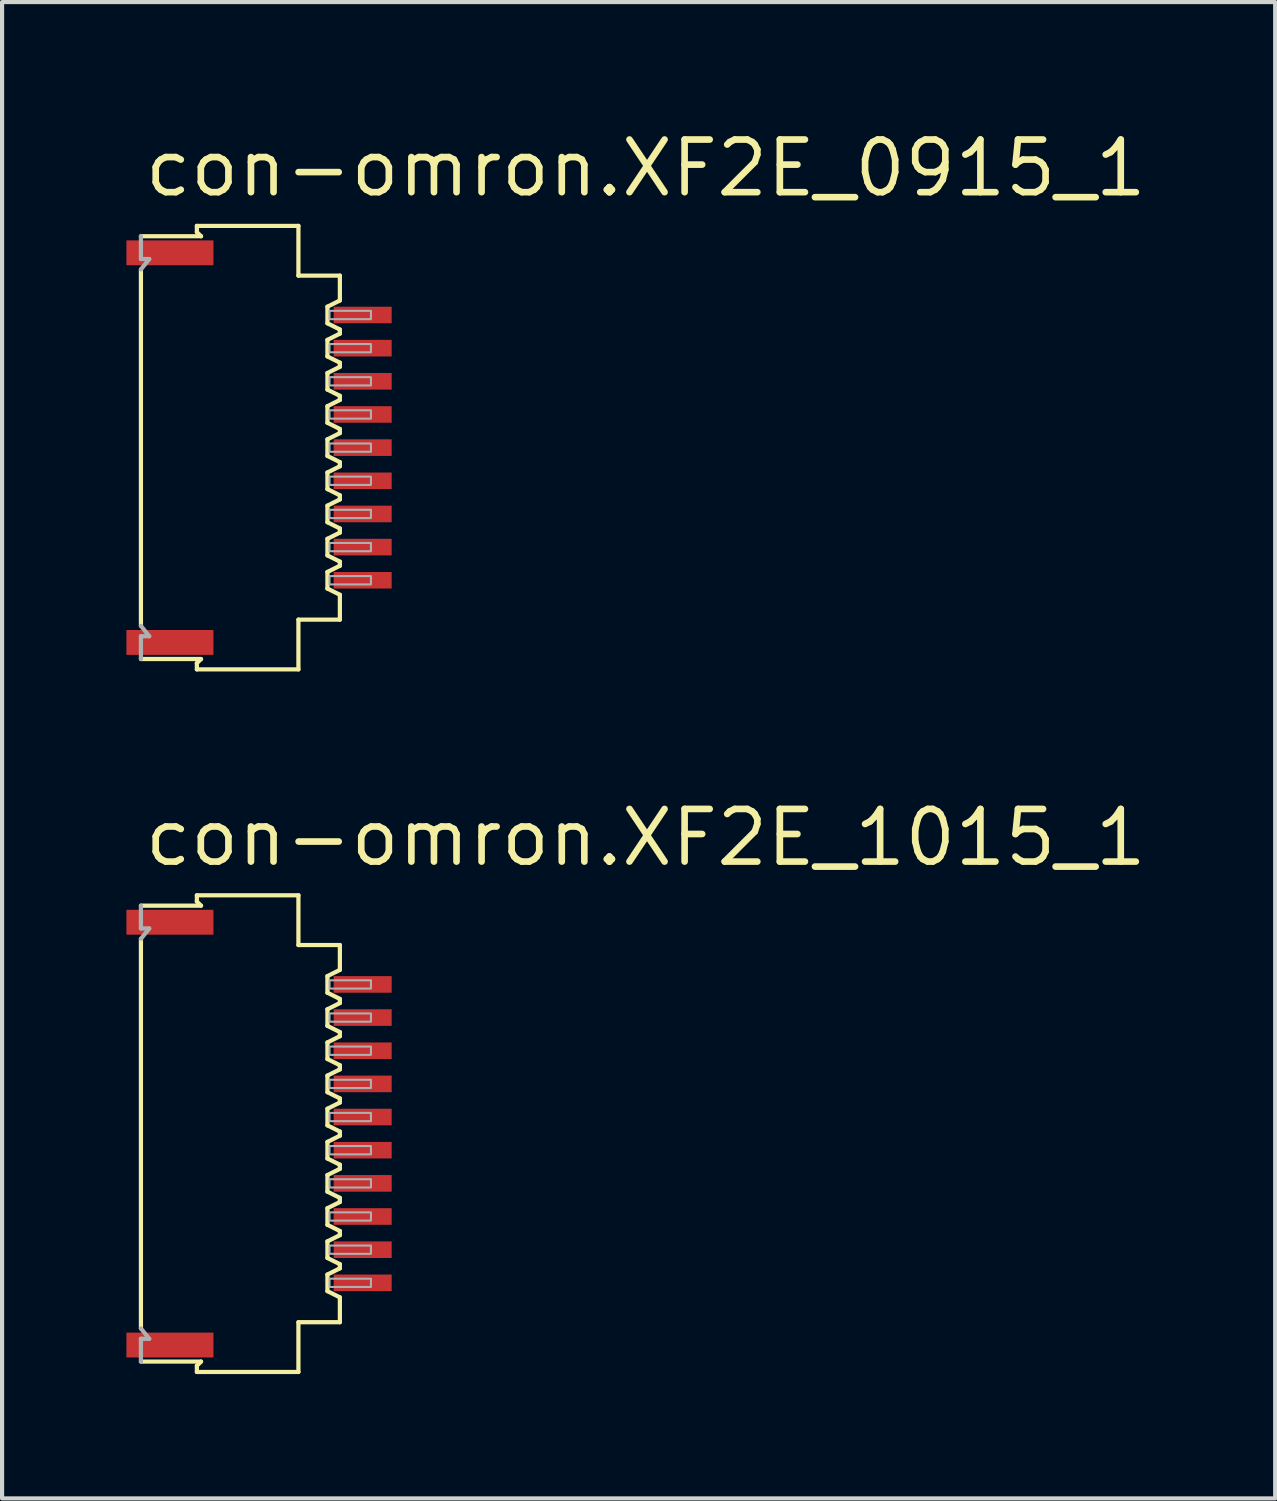
<source format=kicad_pcb>
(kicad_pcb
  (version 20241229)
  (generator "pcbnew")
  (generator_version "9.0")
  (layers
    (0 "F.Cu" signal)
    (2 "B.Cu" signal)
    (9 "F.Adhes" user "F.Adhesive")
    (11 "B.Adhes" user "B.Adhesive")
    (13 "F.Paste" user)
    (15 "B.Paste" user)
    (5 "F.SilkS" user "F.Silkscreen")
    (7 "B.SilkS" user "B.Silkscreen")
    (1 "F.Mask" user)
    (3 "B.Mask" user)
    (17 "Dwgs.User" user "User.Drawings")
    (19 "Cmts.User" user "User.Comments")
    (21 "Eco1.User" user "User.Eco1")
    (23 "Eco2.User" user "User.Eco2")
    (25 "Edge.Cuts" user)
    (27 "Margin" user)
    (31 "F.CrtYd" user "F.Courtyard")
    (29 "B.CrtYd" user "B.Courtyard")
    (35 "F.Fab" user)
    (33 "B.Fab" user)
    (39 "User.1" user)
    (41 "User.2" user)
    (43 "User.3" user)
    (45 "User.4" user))
  (footprint "con-omron.XF2E_0915_1"
    (layer "F.Cu")
    (at 3.16 7.75)
    (property "Reference" "con-omron.XF2E_0915_1" (at -2.8 -6 0) (layer "F.SilkS") (effects (font (size 1.27 1.27) (thickness 0.16)) (justify left bottom)))
    (attr smd)
    (fp_line (start -2.81 -4.3) (end -2.81 4.3) (stroke (width 0.102) (type default)) (layer "F.SilkS"))
    (fp_line (start -1.46 -5.35) (end -1.46 -5.2) (stroke (width 0.102) (type default)) (layer "F.SilkS"))
    (fp_line (start -1.46 -5.2) (end -1.36 -5.1) (stroke (width 0.102) (type default)) (layer "F.SilkS"))
    (fp_line (start -1.46 5.2) (end -1.46 5.35) (stroke (width 0.102) (type default)) (layer "F.SilkS"))
    (fp_line (start -1.36 -5.1) (end -2.81 -5.1) (stroke (width 0.102) (type default)) (layer "F.SilkS"))
    (fp_line (start -1.36 5.1) (end -2.81 5.1) (stroke (width 0.102) (type default)) (layer "F.SilkS"))
    (fp_line (start -1.36 5.1) (end -1.46 5.2) (stroke (width 0.102) (type default)) (layer "F.SilkS"))
    (fp_line (start 0.99 -5.35) (end -1.46 -5.35) (stroke (width 0.102) (type default)) (layer "F.SilkS"))
    (fp_line (start 0.99 -4.15) (end 0.99 -5.35) (stroke (width 0.102) (type default)) (layer "F.SilkS"))
    (fp_line (start 0.99 4.15) (end 1.99 4.15) (stroke (width 0.102) (type default)) (layer "F.SilkS"))
    (fp_line (start 0.99 5.35) (end -1.46 5.35) (stroke (width 0.102) (type default)) (layer "F.SilkS"))
    (fp_line (start 0.99 5.35) (end 0.99 4.15) (stroke (width 0.102) (type default)) (layer "F.SilkS"))
    (fp_line (start 1.69 -3.4) (end 1.99 -3.55) (stroke (width 0.102) (type default)) (layer "F.SilkS"))
    (fp_line (start 1.69 -3) (end 1.69 -3.4) (stroke (width 0.102) (type default)) (layer "F.SilkS"))
    (fp_line (start 1.69 -2.6) (end 1.69 -2.2) (stroke (width 0.102) (type default)) (layer "F.SilkS"))
    (fp_line (start 1.69 -2.2) (end 1.99 -2.05) (stroke (width 0.102) (type default)) (layer "F.SilkS"))
    (fp_line (start 1.69 -1.4) (end 1.69 -1.8) (stroke (width 0.102) (type default)) (layer "F.SilkS"))
    (fp_line (start 1.69 -1) (end 1.69 -0.6) (stroke (width 0.102) (type default)) (layer "F.SilkS"))
    (fp_line (start 1.69 -0.6) (end 1.99 -0.45) (stroke (width 0.102) (type default)) (layer "F.SilkS"))
    (fp_line (start 1.69 0.2) (end 1.69 -0.2) (stroke (width 0.102) (type default)) (layer "F.SilkS"))
    (fp_line (start 1.69 0.6) (end 1.69 1) (stroke (width 0.102) (type default)) (layer "F.SilkS"))
    (fp_line (start 1.69 1) (end 1.99 1.15) (stroke (width 0.102) (type default)) (layer "F.SilkS"))
    (fp_line (start 1.69 1.8) (end 1.69 1.4) (stroke (width 0.102) (type default)) (layer "F.SilkS"))
    (fp_line (start 1.69 2.2) (end 1.69 2.6) (stroke (width 0.102) (type default)) (layer "F.SilkS"))
    (fp_line (start 1.69 2.6) (end 1.99 2.75) (stroke (width 0.102) (type default)) (layer "F.SilkS"))
    (fp_line (start 1.69 3.4) (end 1.69 3) (stroke (width 0.102) (type default)) (layer "F.SilkS"))
    (fp_line (start 1.69 3.4) (end 1.99 3.55) (stroke (width 0.102) (type default)) (layer "F.SilkS"))
    (fp_line (start 1.99 -4.15) (end 0.99 -4.15) (stroke (width 0.102) (type default)) (layer "F.SilkS"))
    (fp_line (start 1.99 -3.55) (end 1.99 -4.15) (stroke (width 0.102) (type default)) (layer "F.SilkS"))
    (fp_line (start 1.99 -2.85) (end 1.69 -3) (stroke (width 0.102) (type default)) (layer "F.SilkS"))
    (fp_line (start 1.99 -2.85) (end 1.99 -2.75) (stroke (width 0.102) (type default)) (layer "F.SilkS"))
    (fp_line (start 1.99 -2.75) (end 1.69 -2.6) (stroke (width 0.102) (type default)) (layer "F.SilkS"))
    (fp_line (start 1.99 -2.05) (end 1.99 -1.95) (stroke (width 0.102) (type default)) (layer "F.SilkS"))
    (fp_line (start 1.99 -1.95) (end 1.69 -1.8) (stroke (width 0.102) (type default)) (layer "F.SilkS"))
    (fp_line (start 1.99 -1.25) (end 1.69 -1.4) (stroke (width 0.102) (type default)) (layer "F.SilkS"))
    (fp_line (start 1.99 -1.25) (end 1.99 -1.15) (stroke (width 0.102) (type default)) (layer "F.SilkS"))
    (fp_line (start 1.99 -1.15) (end 1.69 -1) (stroke (width 0.102) (type default)) (layer "F.SilkS"))
    (fp_line (start 1.99 -0.45) (end 1.99 -0.35) (stroke (width 0.102) (type default)) (layer "F.SilkS"))
    (fp_line (start 1.99 -0.35) (end 1.69 -0.2) (stroke (width 0.102) (type default)) (layer "F.SilkS"))
    (fp_line (start 1.99 0.35) (end 1.69 0.2) (stroke (width 0.102) (type default)) (layer "F.SilkS"))
    (fp_line (start 1.99 0.35) (end 1.99 0.45) (stroke (width 0.102) (type default)) (layer "F.SilkS"))
    (fp_line (start 1.99 0.45) (end 1.69 0.6) (stroke (width 0.102) (type default)) (layer "F.SilkS"))
    (fp_line (start 1.99 1.15) (end 1.99 1.25) (stroke (width 0.102) (type default)) (layer "F.SilkS"))
    (fp_line (start 1.99 1.25) (end 1.69 1.4) (stroke (width 0.102) (type default)) (layer "F.SilkS"))
    (fp_line (start 1.99 1.95) (end 1.69 1.8) (stroke (width 0.102) (type default)) (layer "F.SilkS"))
    (fp_line (start 1.99 1.95) (end 1.99 2.05) (stroke (width 0.102) (type default)) (layer "F.SilkS"))
    (fp_line (start 1.99 2.05) (end 1.69 2.2) (stroke (width 0.102) (type default)) (layer "F.SilkS"))
    (fp_line (start 1.99 2.75) (end 1.99 2.85) (stroke (width 0.102) (type default)) (layer "F.SilkS"))
    (fp_line (start 1.99 2.85) (end 1.69 3) (stroke (width 0.102) (type default)) (layer "F.SilkS"))
    (fp_line (start 1.99 4.15) (end 1.99 3.55) (stroke (width 0.102) (type default)) (layer "F.SilkS"))
    (fp_line (start -2.81 -5.1) (end -2.81 -4.55) (stroke (width 0.102) (type default)) (layer "F.Fab"))
    (fp_line (start -2.81 -4.55) (end -2.61 -4.55) (stroke (width 0.102) (type default)) (layer "F.Fab"))
    (fp_line (start -2.81 4.3) (end -2.61 4.55) (stroke (width 0.102) (type default)) (layer "F.Fab"))
    (fp_line (start -2.81 4.55) (end -2.81 5.1) (stroke (width 0.102) (type default)) (layer "F.Fab"))
    (fp_line (start -2.81 4.55) (end -2.61 4.55) (stroke (width 0.102) (type default)) (layer "F.Fab"))
    (fp_line (start -2.61 -4.55) (end -2.81 -4.3) (stroke (width 0.102) (type default)) (layer "F.Fab"))
    (fp_rect (start 1.74 -3.1) (end 2.74 -3.3) (stroke (width 0.05) (type default)) (fill no) (layer "F.Fab"))
    (fp_rect (start 1.74 -2.3) (end 2.74 -2.5) (stroke (width 0.05) (type default)) (fill no) (layer "F.Fab"))
    (fp_rect (start 1.74 -1.5) (end 2.74 -1.7) (stroke (width 0.05) (type default)) (fill no) (layer "F.Fab"))
    (fp_rect (start 1.74 -0.7) (end 2.74 -0.9) (stroke (width 0.05) (type default)) (fill no) (layer "F.Fab"))
    (fp_rect (start 1.74 0.1) (end 2.74 -0.1) (stroke (width 0.05) (type default)) (fill no) (layer "F.Fab"))
    (fp_rect (start 1.74 0.9) (end 2.74 0.7) (stroke (width 0.05) (type default)) (fill no) (layer "F.Fab"))
    (fp_rect (start 1.74 1.7) (end 2.74 1.5) (stroke (width 0.05) (type default)) (fill no) (layer "F.Fab"))
    (fp_rect (start 1.74 2.5) (end 2.74 2.3) (stroke (width 0.05) (type default)) (fill no) (layer "F.Fab"))
    (fp_rect (start 1.74 3.3) (end 2.74 3.1) (stroke (width 0.05) (type default)) (fill no) (layer "F.Fab"))
    (pad "1" smd roundrect (at 2.54 -3.2) (size 1.4 0.4) (layers "F.Cu" "F.Mask" "F.Paste") (roundrect_rratio 0.01))
    (pad "2" smd roundrect (at 2.54 -2.4) (size 1.4 0.4) (layers "F.Cu" "F.Mask" "F.Paste") (roundrect_rratio 0.01))
    (pad "3" smd roundrect (at 2.54 -1.6) (size 1.4 0.4) (layers "F.Cu" "F.Mask" "F.Paste") (roundrect_rratio 0.01))
    (pad "4" smd roundrect (at 2.54 -0.8) (size 1.4 0.4) (layers "F.Cu" "F.Mask" "F.Paste") (roundrect_rratio 0.01))
    (pad "5" smd roundrect (at 2.54 0) (size 1.4 0.4) (layers "F.Cu" "F.Mask" "F.Paste") (roundrect_rratio 0.01))
    (pad "6" smd roundrect (at 2.54 0.8) (size 1.4 0.4) (layers "F.Cu" "F.Mask" "F.Paste") (roundrect_rratio 0.01))
    (pad "7" smd roundrect (at 2.54 1.6) (size 1.4 0.4) (layers "F.Cu" "F.Mask" "F.Paste") (roundrect_rratio 0.01))
    (pad "8" smd roundrect (at 2.54 2.4) (size 1.4 0.4) (layers "F.Cu" "F.Mask" "F.Paste") (roundrect_rratio 0.01))
    (pad "9" smd roundrect (at 2.54 3.2) (size 1.4 0.4) (layers "F.Cu" "F.Mask" "F.Paste") (roundrect_rratio 0.01))
    (pad "M1" smd roundrect (at -2.11 -4.7) (size 2.1 0.6) (layers "F.Cu" "F.Mask" "F.Paste") (roundrect_rratio 0.01))
    (pad "M2" smd roundrect (at -2.11 4.7) (size 2.1 0.6) (layers "F.Cu" "F.Mask" "F.Paste") (roundrect_rratio 0.01)))
  (footprint "con-omron.XF2E_1015_1"
    (layer "F.Cu")
    (at 3.16 24.301)
    (property "Reference" "con-omron.XF2E_1015_1" (at -2.8 -6.4 0) (layer "F.SilkS") (effects (font (size 1.27 1.27) (thickness 0.16)) (justify left bottom)))
    (attr smd)
    (fp_line (start -2.81 -4.7) (end -2.81 4.7) (stroke (width 0.102) (type default)) (layer "F.SilkS"))
    (fp_line (start -1.46 -5.75) (end -1.46 -5.6) (stroke (width 0.102) (type default)) (layer "F.SilkS"))
    (fp_line (start -1.46 -5.6) (end -1.36 -5.5) (stroke (width 0.102) (type default)) (layer "F.SilkS"))
    (fp_line (start -1.46 5.6) (end -1.46 5.75) (stroke (width 0.102) (type default)) (layer "F.SilkS"))
    (fp_line (start -1.36 -5.5) (end -2.81 -5.5) (stroke (width 0.102) (type default)) (layer "F.SilkS"))
    (fp_line (start -1.36 5.5) (end -2.81 5.5) (stroke (width 0.102) (type default)) (layer "F.SilkS"))
    (fp_line (start -1.36 5.5) (end -1.46 5.6) (stroke (width 0.102) (type default)) (layer "F.SilkS"))
    (fp_line (start 0.99 -5.75) (end -1.46 -5.75) (stroke (width 0.102) (type default)) (layer "F.SilkS"))
    (fp_line (start 0.99 -4.55) (end 0.99 -5.75) (stroke (width 0.102) (type default)) (layer "F.SilkS"))
    (fp_line (start 0.99 4.55) (end 1.99 4.55) (stroke (width 0.102) (type default)) (layer "F.SilkS"))
    (fp_line (start 0.99 5.75) (end -1.46 5.75) (stroke (width 0.102) (type default)) (layer "F.SilkS"))
    (fp_line (start 0.99 5.75) (end 0.99 4.55) (stroke (width 0.102) (type default)) (layer "F.SilkS"))
    (fp_line (start 1.69 -3.8) (end 1.99 -3.95) (stroke (width 0.102) (type default)) (layer "F.SilkS"))
    (fp_line (start 1.69 -3.4) (end 1.69 -3.8) (stroke (width 0.102) (type default)) (layer "F.SilkS"))
    (fp_line (start 1.69 -3) (end 1.69 -2.6) (stroke (width 0.102) (type default)) (layer "F.SilkS"))
    (fp_line (start 1.69 -2.6) (end 1.99 -2.45) (stroke (width 0.102) (type default)) (layer "F.SilkS"))
    (fp_line (start 1.69 -1.8) (end 1.69 -2.2) (stroke (width 0.102) (type default)) (layer "F.SilkS"))
    (fp_line (start 1.69 -1.4) (end 1.69 -1) (stroke (width 0.102) (type default)) (layer "F.SilkS"))
    (fp_line (start 1.69 -1) (end 1.99 -0.85) (stroke (width 0.102) (type default)) (layer "F.SilkS"))
    (fp_line (start 1.69 -0.2) (end 1.69 -0.6) (stroke (width 0.102) (type default)) (layer "F.SilkS"))
    (fp_line (start 1.69 0.2) (end 1.69 0.6) (stroke (width 0.102) (type default)) (layer "F.SilkS"))
    (fp_line (start 1.69 0.6) (end 1.99 0.75) (stroke (width 0.102) (type default)) (layer "F.SilkS"))
    (fp_line (start 1.69 1.4) (end 1.69 1) (stroke (width 0.102) (type default)) (layer "F.SilkS"))
    (fp_line (start 1.69 1.8) (end 1.69 2.2) (stroke (width 0.102) (type default)) (layer "F.SilkS"))
    (fp_line (start 1.69 2.2) (end 1.99 2.35) (stroke (width 0.102) (type default)) (layer "F.SilkS"))
    (fp_line (start 1.69 3) (end 1.69 2.6) (stroke (width 0.102) (type default)) (layer "F.SilkS"))
    (fp_line (start 1.69 3.4) (end 1.69 3.8) (stroke (width 0.102) (type default)) (layer "F.SilkS"))
    (fp_line (start 1.69 3.8) (end 1.99 3.95) (stroke (width 0.102) (type default)) (layer "F.SilkS"))
    (fp_line (start 1.99 -4.55) (end 0.99 -4.55) (stroke (width 0.102) (type default)) (layer "F.SilkS"))
    (fp_line (start 1.99 -3.95) (end 1.99 -4.55) (stroke (width 0.102) (type default)) (layer "F.SilkS"))
    (fp_line (start 1.99 -3.25) (end 1.69 -3.4) (stroke (width 0.102) (type default)) (layer "F.SilkS"))
    (fp_line (start 1.99 -3.25) (end 1.99 -3.15) (stroke (width 0.102) (type default)) (layer "F.SilkS"))
    (fp_line (start 1.99 -3.15) (end 1.69 -3) (stroke (width 0.102) (type default)) (layer "F.SilkS"))
    (fp_line (start 1.99 -2.45) (end 1.99 -2.35) (stroke (width 0.102) (type default)) (layer "F.SilkS"))
    (fp_line (start 1.99 -2.35) (end 1.69 -2.2) (stroke (width 0.102) (type default)) (layer "F.SilkS"))
    (fp_line (start 1.99 -1.65) (end 1.69 -1.8) (stroke (width 0.102) (type default)) (layer "F.SilkS"))
    (fp_line (start 1.99 -1.65) (end 1.99 -1.55) (stroke (width 0.102) (type default)) (layer "F.SilkS"))
    (fp_line (start 1.99 -1.55) (end 1.69 -1.4) (stroke (width 0.102) (type default)) (layer "F.SilkS"))
    (fp_line (start 1.99 -0.85) (end 1.99 -0.75) (stroke (width 0.102) (type default)) (layer "F.SilkS"))
    (fp_line (start 1.99 -0.75) (end 1.69 -0.6) (stroke (width 0.102) (type default)) (layer "F.SilkS"))
    (fp_line (start 1.99 -0.05) (end 1.69 -0.2) (stroke (width 0.102) (type default)) (layer "F.SilkS"))
    (fp_line (start 1.99 -0.05) (end 1.99 0.05) (stroke (width 0.102) (type default)) (layer "F.SilkS"))
    (fp_line (start 1.99 0.05) (end 1.69 0.2) (stroke (width 0.102) (type default)) (layer "F.SilkS"))
    (fp_line (start 1.99 0.75) (end 1.99 0.85) (stroke (width 0.102) (type default)) (layer "F.SilkS"))
    (fp_line (start 1.99 0.85) (end 1.69 1) (stroke (width 0.102) (type default)) (layer "F.SilkS"))
    (fp_line (start 1.99 1.55) (end 1.69 1.4) (stroke (width 0.102) (type default)) (layer "F.SilkS"))
    (fp_line (start 1.99 1.55) (end 1.99 1.65) (stroke (width 0.102) (type default)) (layer "F.SilkS"))
    (fp_line (start 1.99 1.65) (end 1.69 1.8) (stroke (width 0.102) (type default)) (layer "F.SilkS"))
    (fp_line (start 1.99 2.35) (end 1.99 2.45) (stroke (width 0.102) (type default)) (layer "F.SilkS"))
    (fp_line (start 1.99 2.45) (end 1.69 2.6) (stroke (width 0.102) (type default)) (layer "F.SilkS"))
    (fp_line (start 1.99 3.15) (end 1.69 3) (stroke (width 0.102) (type default)) (layer "F.SilkS"))
    (fp_line (start 1.99 3.15) (end 1.99 3.25) (stroke (width 0.102) (type default)) (layer "F.SilkS"))
    (fp_line (start 1.99 3.25) (end 1.69 3.4) (stroke (width 0.102) (type default)) (layer "F.SilkS"))
    (fp_line (start 1.99 4.55) (end 1.99 3.95) (stroke (width 0.102) (type default)) (layer "F.SilkS"))
    (fp_line (start -2.81 -5.5) (end -2.81 -4.95) (stroke (width 0.102) (type default)) (layer "F.Fab"))
    (fp_line (start -2.81 -4.95) (end -2.61 -4.95) (stroke (width 0.102) (type default)) (layer "F.Fab"))
    (fp_line (start -2.81 4.7) (end -2.61 4.95) (stroke (width 0.102) (type default)) (layer "F.Fab"))
    (fp_line (start -2.81 4.95) (end -2.81 5.5) (stroke (width 0.102) (type default)) (layer "F.Fab"))
    (fp_line (start -2.81 4.95) (end -2.61 4.95) (stroke (width 0.102) (type default)) (layer "F.Fab"))
    (fp_line (start -2.61 -4.95) (end -2.81 -4.7) (stroke (width 0.102) (type default)) (layer "F.Fab"))
    (fp_rect (start 1.74 -3.5) (end 2.74 -3.7) (stroke (width 0.05) (type default)) (fill no) (layer "F.Fab"))
    (fp_rect (start 1.74 -2.7) (end 2.74 -2.9) (stroke (width 0.05) (type default)) (fill no) (layer "F.Fab"))
    (fp_rect (start 1.74 -1.9) (end 2.74 -2.1) (stroke (width 0.05) (type default)) (fill no) (layer "F.Fab"))
    (fp_rect (start 1.74 -1.1) (end 2.74 -1.3) (stroke (width 0.05) (type default)) (fill no) (layer "F.Fab"))
    (fp_rect (start 1.74 -0.3) (end 2.74 -0.5) (stroke (width 0.05) (type default)) (fill no) (layer "F.Fab"))
    (fp_rect (start 1.74 0.5) (end 2.74 0.3) (stroke (width 0.05) (type default)) (fill no) (layer "F.Fab"))
    (fp_rect (start 1.74 1.3) (end 2.74 1.1) (stroke (width 0.05) (type default)) (fill no) (layer "F.Fab"))
    (fp_rect (start 1.74 2.1) (end 2.74 1.9) (stroke (width 0.05) (type default)) (fill no) (layer "F.Fab"))
    (fp_rect (start 1.74 2.9) (end 2.74 2.7) (stroke (width 0.05) (type default)) (fill no) (layer "F.Fab"))
    (fp_rect (start 1.74 3.7) (end 2.74 3.5) (stroke (width 0.05) (type default)) (fill no) (layer "F.Fab"))
    (pad "1" smd roundrect (at 2.54 -3.6) (size 1.4 0.4) (layers "F.Cu" "F.Mask" "F.Paste") (roundrect_rratio 0.01))
    (pad "2" smd roundrect (at 2.54 -2.8) (size 1.4 0.4) (layers "F.Cu" "F.Mask" "F.Paste") (roundrect_rratio 0.01))
    (pad "3" smd roundrect (at 2.54 -2) (size 1.4 0.4) (layers "F.Cu" "F.Mask" "F.Paste") (roundrect_rratio 0.01))
    (pad "4" smd roundrect (at 2.54 -1.2) (size 1.4 0.4) (layers "F.Cu" "F.Mask" "F.Paste") (roundrect_rratio 0.01))
    (pad "5" smd roundrect (at 2.54 -0.4) (size 1.4 0.4) (layers "F.Cu" "F.Mask" "F.Paste") (roundrect_rratio 0.01))
    (pad "6" smd roundrect (at 2.54 0.4) (size 1.4 0.4) (layers "F.Cu" "F.Mask" "F.Paste") (roundrect_rratio 0.01))
    (pad "7" smd roundrect (at 2.54 1.2) (size 1.4 0.4) (layers "F.Cu" "F.Mask" "F.Paste") (roundrect_rratio 0.01))
    (pad "8" smd roundrect (at 2.54 2) (size 1.4 0.4) (layers "F.Cu" "F.Mask" "F.Paste") (roundrect_rratio 0.01))
    (pad "9" smd roundrect (at 2.54 2.8) (size 1.4 0.4) (layers "F.Cu" "F.Mask" "F.Paste") (roundrect_rratio 0.01))
    (pad "10" smd roundrect (at 2.54 3.6) (size 1.4 0.4) (layers "F.Cu" "F.Mask" "F.Paste") (roundrect_rratio 0.01))
    (pad "M1" smd roundrect (at -2.11 -5.1) (size 2.1 0.6) (layers "F.Cu" "F.Mask" "F.Paste") (roundrect_rratio 0.01))
    (pad "M2" smd roundrect (at -2.11 5.1) (size 2.1 0.6) (layers "F.Cu" "F.Mask" "F.Paste") (roundrect_rratio 0.01)))
  (gr_rect
    (start -3 -3)
    (end 27.716 33.102)
    (stroke (width 0.1) (type default))
    (fill no)
    (layer "Edge.Cuts")))
</source>
